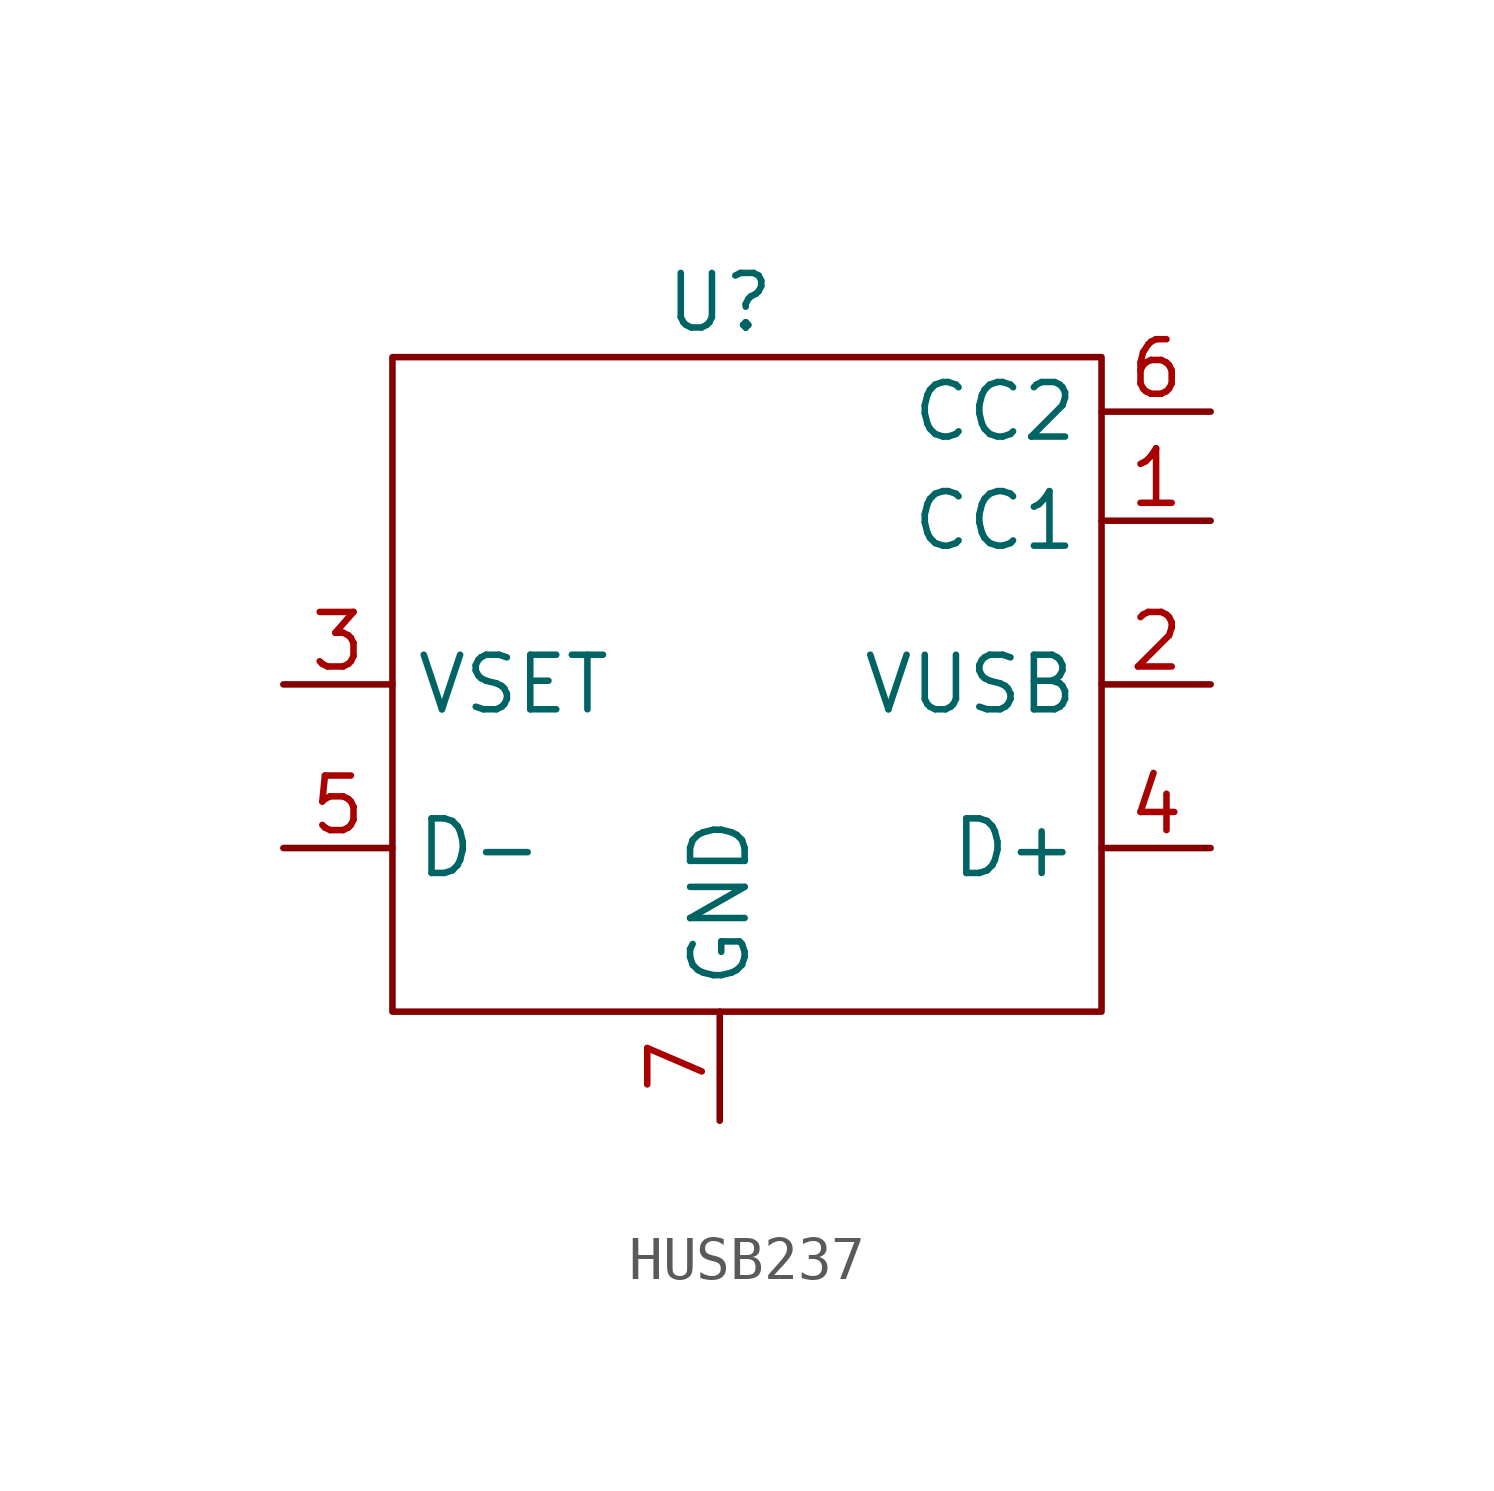
<source format=kicad_sym>
(kicad_symbol_lib
  (version 20241209)
  (generator "kicad_symbol_editor")
  (generator_version "9.0")
  (symbol "HUSB237"
    (property "Reference" "U"
      (at 0 0 0)
      (effects (font (size 1.27 1.27))))
    (property "Value" ""
      (at 0 0 0)
      (effects (font (size 1.27 1.27))))
    (symbol "HUSB237_0_1"
      (rectangle (start -7.62 -1.27) (end 8.89 -16.51) (stroke (width 0) (type default)) (fill (type none))))
    (symbol "HUSB237_1_1"
      (pin output line (at -10.16 -8.89 0) (length 2.54) (name "VSET" (effects (font (size 1.27 1.27)))) (number "3" (effects (font (size 1.27 1.27)))))
      (pin output line (at -10.16 -12.7 0) (length 2.54) (name "D-" (effects (font (size 1.27 1.27)))) (number "5" (effects (font (size 1.27 1.27)))))
      (pin output line (at 0 -19.05 90) (length 2.54) (name "GND" (effects (font (size 1.27 1.27)))) (number "7" (effects (font (size 1.27 1.27)))))
      (pin output line (at 11.43 -2.54 180) (length 2.54) (name "CC2" (effects (font (size 1.27 1.27)))) (number "6" (effects (font (size 1.27 1.27)))))
      (pin output line (at 11.43 -5.08 180) (length 2.54) (name "CC1" (effects (font (size 1.27 1.27)))) (number "1" (effects (font (size 1.27 1.27)))))
      (pin output line (at 11.43 -8.89 180) (length 2.54) (name "VUSB" (effects (font (size 1.27 1.27)))) (number "2" (effects (font (size 1.27 1.27)))))
      (pin output line (at 11.43 -12.7 180) (length 2.54) (name "D+" (effects (font (size 1.27 1.27)))) (number "4" (effects (font (size 1.27 1.27))))))))
</source>
